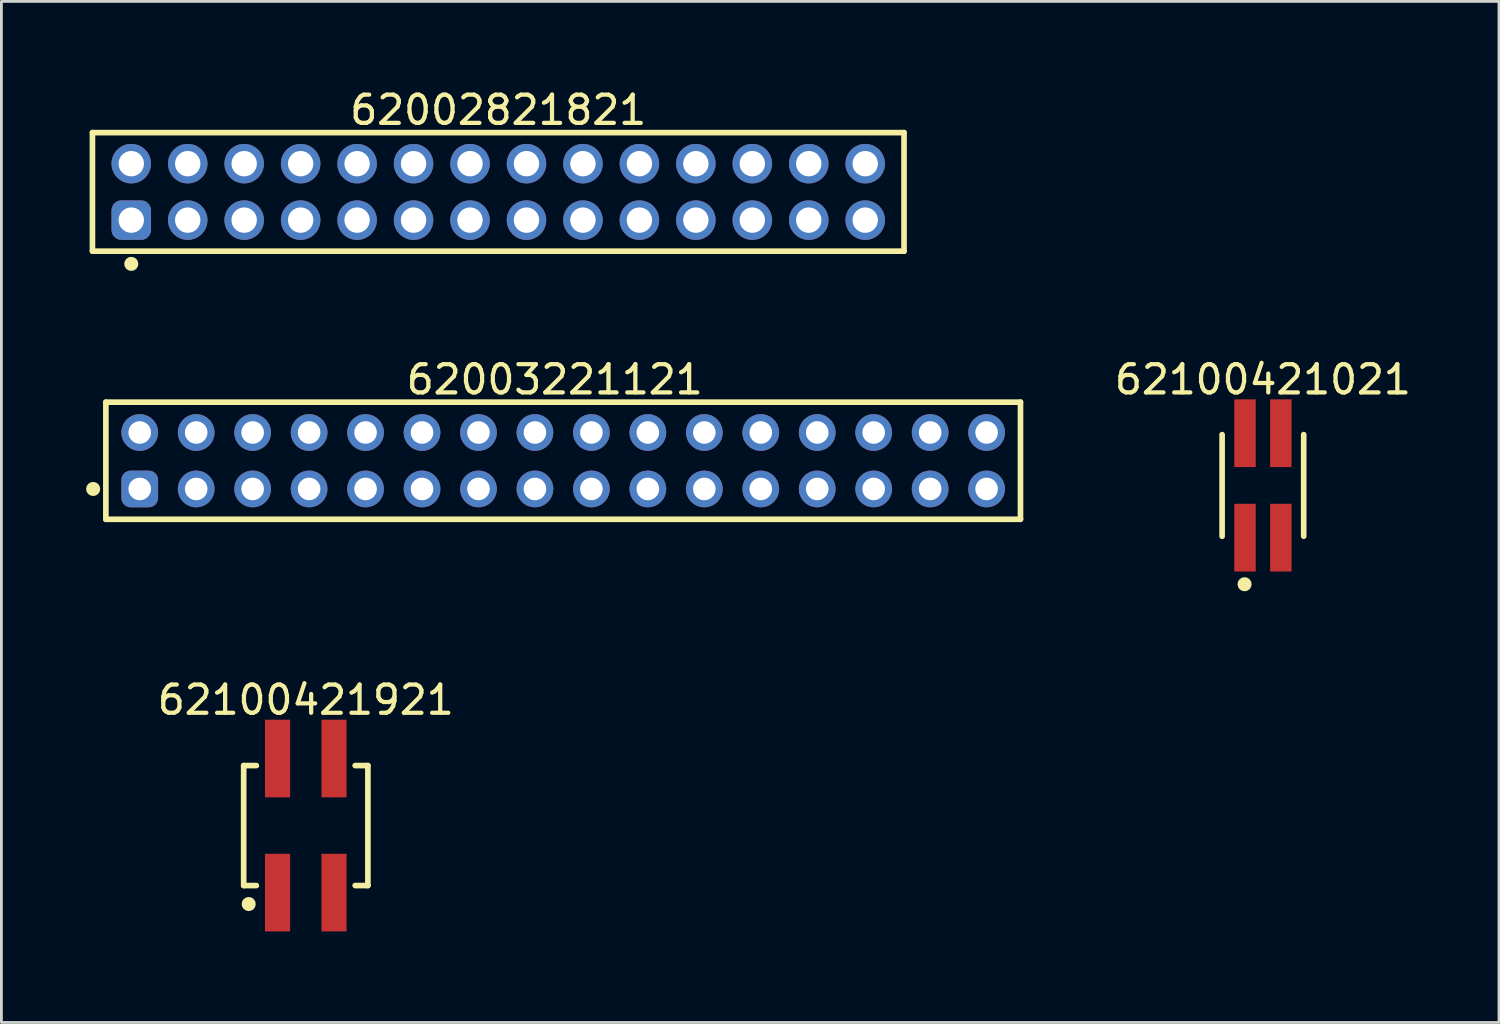
<source format=kicad_pcb>
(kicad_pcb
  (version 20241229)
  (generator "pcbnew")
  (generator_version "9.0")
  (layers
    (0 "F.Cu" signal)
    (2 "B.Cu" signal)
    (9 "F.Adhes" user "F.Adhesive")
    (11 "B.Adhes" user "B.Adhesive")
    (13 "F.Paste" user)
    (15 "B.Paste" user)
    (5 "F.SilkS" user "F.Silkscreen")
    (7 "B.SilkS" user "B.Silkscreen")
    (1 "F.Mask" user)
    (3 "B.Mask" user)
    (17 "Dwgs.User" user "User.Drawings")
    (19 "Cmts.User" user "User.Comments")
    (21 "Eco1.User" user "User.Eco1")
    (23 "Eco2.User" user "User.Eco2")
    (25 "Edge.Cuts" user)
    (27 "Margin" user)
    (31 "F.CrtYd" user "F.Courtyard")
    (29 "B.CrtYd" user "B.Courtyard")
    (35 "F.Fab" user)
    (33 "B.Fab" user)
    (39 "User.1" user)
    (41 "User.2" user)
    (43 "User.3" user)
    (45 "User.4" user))
  (footprint "62100421021"
    (layer "F.Cu")
    (at 41.688 14.146)
    (property "Reference" "62100421021" (at 0 -3.75 0) (layer "F.SilkS") (effects (font (size 1 1) (thickness 0.15))))
    (fp_line (start -1.445 1.8) (end -1.445 -1.8) (stroke (width 0.2) (type solid)) (layer "F.SilkS"))
    (fp_line (start 1.445 1.8) (end 1.445 -1.8) (stroke (width 0.2) (type solid)) (layer "F.SilkS"))
    (fp_circle (center -0.65 3.5) (end -0.65 3.375) (stroke (width 0.25) (type solid)) (fill no) (layer "F.SilkS"))
    (fp_line (start -1.645 -3.25) (end 1.645 -3.25) (stroke (width 0.05) (type solid)) (layer "Eco2.User"))
    (fp_line (start -1.645 3.25) (end -1.645 -3.25) (stroke (width 0.05) (type solid)) (layer "Eco2.User"))
    (fp_line (start -1.645 3.25) (end 1.645 3.25) (stroke (width 0.05) (type solid)) (layer "Eco2.User"))
    (fp_line (start -1.27 -1.7) (end 1.27 -1.7) (stroke (width 0.1) (type solid)) (layer "Eco2.User"))
    (fp_line (start -1.27 1.7) (end -1.27 -1.7) (stroke (width 0.1) (type solid)) (layer "Eco2.User"))
    (fp_line (start -1.27 1.7) (end 1.27 1.7) (stroke (width 0.1) (type solid)) (layer "Eco2.User"))
    (fp_line (start -0.835 -2.5) (end -0.435 -2.5) (stroke (width 0.1) (type solid)) (layer "Eco2.User"))
    (fp_line (start -0.835 -1.7) (end -0.835 -2.5) (stroke (width 0.1) (type solid)) (layer "Eco2.User"))
    (fp_line (start -0.835 2.5) (end -0.835 1.7) (stroke (width 0.1) (type solid)) (layer "Eco2.User"))
    (fp_line (start -0.835 2.5) (end -0.435 2.5) (stroke (width 0.1) (type solid)) (layer "Eco2.User"))
    (fp_line (start -0.5 0) (end 0.5 0) (stroke (width 0.05) (type solid)) (layer "Eco2.User"))
    (fp_line (start -0.435 -1.7) (end -0.435 -2.5) (stroke (width 0.1) (type solid)) (layer "Eco2.User"))
    (fp_line (start -0.435 2.5) (end -0.435 1.7) (stroke (width 0.1) (type solid)) (layer "Eco2.User"))
    (fp_line (start 0 0.5) (end 0 -0.5) (stroke (width 0.05) (type solid)) (layer "Eco2.User"))
    (fp_line (start 0.435 -2.5) (end 0.835 -2.5) (stroke (width 0.1) (type solid)) (layer "Eco2.User"))
    (fp_line (start 0.435 -1.7) (end 0.435 -2.5) (stroke (width 0.1) (type solid)) (layer "Eco2.User"))
    (fp_line (start 0.435 2.5) (end 0.435 1.7) (stroke (width 0.1) (type solid)) (layer "Eco2.User"))
    (fp_line (start 0.435 2.5) (end 0.835 2.5) (stroke (width 0.1) (type solid)) (layer "Eco2.User"))
    (fp_line (start 0.835 -1.7) (end 0.835 -2.5) (stroke (width 0.1) (type solid)) (layer "Eco2.User"))
    (fp_line (start 0.835 2.5) (end 0.835 1.7) (stroke (width 0.1) (type solid)) (layer "Eco2.User"))
    (fp_line (start 1.27 1.7) (end 1.27 -1.7) (stroke (width 0.1) (type solid)) (layer "Eco2.User"))
    (fp_line (start 1.645 3.25) (end 1.645 -3.25) (stroke (width 0.05) (type solid)) (layer "Eco2.User"))
    (fp_text user "${REFERENCE}" (at 0.07 -0.092 0) (unlocked yes) (layer "User.3") (effects (font (size 0.7 0.7) (thickness 0.07))))
    (pad "1" smd rect (at -0.635 1.85) (size 0.76 2.4) (layers "F.Cu" "F.Mask" "F.Paste"))
    (pad "2" smd rect (at -0.635 -1.85) (size 0.76 2.4) (layers "F.Cu" "F.Mask" "F.Paste"))
    (pad "3" smd rect (at 0.635 1.85) (size 0.76 2.4) (layers "F.Cu" "F.Mask" "F.Paste"))
    (pad "4" smd rect (at 0.635 -1.85) (size 0.76 2.4) (layers "F.Cu" "F.Mask" "F.Paste")))
  (footprint "62002821821"
    (layer "F.Cu")
    (at 14.6 3.748)
    (property "Reference" "62002821821" (at -0.000005 -2.9 0) (layer "F.SilkS") (effects (font (size 1 1) (thickness 0.15))))
    (fp_line (start -14.375 -2.1) (end 14.375 -2.1) (stroke (width 0.2) (type solid)) (layer "F.SilkS"))
    (fp_line (start -14.375 2.1) (end -14.375 -2.1) (stroke (width 0.2) (type solid)) (layer "F.SilkS"))
    (fp_line (start -14.375 2.1) (end 14.375 2.1) (stroke (width 0.2) (type solid)) (layer "F.SilkS"))
    (fp_line (start 14.375 2.1) (end 14.375 -2.1) (stroke (width 0.2) (type solid)) (layer "F.SilkS"))
    (fp_circle (center -13 2.55) (end -13 2.425) (stroke (width 0.25) (type solid)) (fill no) (layer "F.SilkS"))
    (fp_line (start -14.575 -2.3) (end 14.575 -2.3) (stroke (width 0.05) (type solid)) (layer "Eco2.User"))
    (fp_line (start -14.575 2.3) (end -14.575 -2.3) (stroke (width 0.05) (type solid)) (layer "Eco2.User"))
    (fp_line (start -14.575 2.3) (end 14.575 2.3) (stroke (width 0.05) (type solid)) (layer "Eco2.User"))
    (fp_line (start -14.2 -2) (end 14.2 -2) (stroke (width 0.1) (type solid)) (layer "Eco2.User"))
    (fp_line (start -14.2 2) (end -14.2 -2) (stroke (width 0.1) (type solid)) (layer "Eco2.User"))
    (fp_line (start -14.2 2) (end 14.2 2) (stroke (width 0.1) (type solid)) (layer "Eco2.User"))
    (fp_line (start -0.5 0) (end 0.5 0) (stroke (width 0.05) (type solid)) (layer "Eco2.User"))
    (fp_line (start 0 0.5) (end 0 -0.5) (stroke (width 0.05) (type solid)) (layer "Eco2.User"))
    (fp_line (start 14.2 2) (end 14.2 -2) (stroke (width 0.1) (type solid)) (layer "Eco2.User"))
    (fp_line (start 14.575 2.3) (end 14.575 -2.3) (stroke (width 0.05) (type solid)) (layer "Eco2.User"))
    (fp_text user "${REFERENCE}" (at 0.1 -0.131 0) (unlocked yes) (layer "User.3") (effects (font (size 1 1) (thickness 0.1))))
    (pad "1" thru_hole roundrect (at -13 1) (size 1.4 1.4) (drill 0.9) (layers "*.Cu" "*.Mask") (roundrect_rratio 0.25))
    (pad "2" thru_hole circle (at -13 -1) (size 1.4 1.4) (drill 0.9) (layers "*.Cu" "*.Mask"))
    (pad "3" thru_hole circle (at -11 1) (size 1.4 1.4) (drill 0.9) (layers "*.Cu" "*.Mask"))
    (pad "4" thru_hole circle (at -11 -1) (size 1.4 1.4) (drill 0.9) (layers "*.Cu" "*.Mask"))
    (pad "5" thru_hole circle (at -9 1) (size 1.4 1.4) (drill 0.9) (layers "*.Cu" "*.Mask"))
    (pad "6" thru_hole circle (at -9 -1) (size 1.4 1.4) (drill 0.9) (layers "*.Cu" "*.Mask"))
    (pad "7" thru_hole circle (at -7 1) (size 1.4 1.4) (drill 0.9) (layers "*.Cu" "*.Mask"))
    (pad "8" thru_hole circle (at -7 -1) (size 1.4 1.4) (drill 0.9) (layers "*.Cu" "*.Mask"))
    (pad "9" thru_hole circle (at -5 1) (size 1.4 1.4) (drill 0.9) (layers "*.Cu" "*.Mask"))
    (pad "10" thru_hole circle (at -5 -1) (size 1.4 1.4) (drill 0.9) (layers "*.Cu" "*.Mask"))
    (pad "11" thru_hole circle (at -3 1) (size 1.4 1.4) (drill 0.9) (layers "*.Cu" "*.Mask"))
    (pad "12" thru_hole circle (at -3 -1) (size 1.4 1.4) (drill 0.9) (layers "*.Cu" "*.Mask"))
    (pad "13" thru_hole circle (at -1 1) (size 1.4 1.4) (drill 0.9) (layers "*.Cu" "*.Mask"))
    (pad "14" thru_hole circle (at -1 -1) (size 1.4 1.4) (drill 0.9) (layers "*.Cu" "*.Mask"))
    (pad "15" thru_hole circle (at 1 1) (size 1.4 1.4) (drill 0.9) (layers "*.Cu" "*.Mask"))
    (pad "16" thru_hole circle (at 1 -1) (size 1.4 1.4) (drill 0.9) (layers "*.Cu" "*.Mask"))
    (pad "17" thru_hole circle (at 3 1) (size 1.4 1.4) (drill 0.9) (layers "*.Cu" "*.Mask"))
    (pad "18" thru_hole circle (at 3 -1) (size 1.4 1.4) (drill 0.9) (layers "*.Cu" "*.Mask"))
    (pad "19" thru_hole circle (at 5 1) (size 1.4 1.4) (drill 0.9) (layers "*.Cu" "*.Mask"))
    (pad "20" thru_hole circle (at 5 -1) (size 1.4 1.4) (drill 0.9) (layers "*.Cu" "*.Mask"))
    (pad "21" thru_hole circle (at 7 1) (size 1.4 1.4) (drill 0.9) (layers "*.Cu" "*.Mask"))
    (pad "22" thru_hole circle (at 7 -1) (size 1.4 1.4) (drill 0.9) (layers "*.Cu" "*.Mask"))
    (pad "23" thru_hole circle (at 9 1) (size 1.4 1.4) (drill 0.9) (layers "*.Cu" "*.Mask"))
    (pad "24" thru_hole circle (at 9 -1) (size 1.4 1.4) (drill 0.9) (layers "*.Cu" "*.Mask"))
    (pad "25" thru_hole circle (at 11 1) (size 1.4 1.4) (drill 0.9) (layers "*.Cu" "*.Mask"))
    (pad "26" thru_hole circle (at 11 -1) (size 1.4 1.4) (drill 0.9) (layers "*.Cu" "*.Mask"))
    (pad "27" thru_hole circle (at 13 1) (size 1.4 1.4) (drill 0.9) (layers "*.Cu" "*.Mask"))
    (pad "28" thru_hole circle (at 13 -1) (size 1.4 1.4) (drill 0.9) (layers "*.Cu" "*.Mask")))
  (footprint "62003221121"
    (layer "F.Cu")
    (at 16.9 13.271)
    (property "Reference" "62003221121" (at -0.3 -2.875 0) (layer "F.SilkS") (effects (font (size 1 1) (thickness 0.15))))
    (fp_line (start -16.2 -2.075) (end 16.2 -2.075) (stroke (width 0.2) (type solid)) (layer "F.SilkS"))
    (fp_line (start -16.2 2.075) (end -16.2 -2.075) (stroke (width 0.2) (type solid)) (layer "F.SilkS"))
    (fp_line (start -16.2 2.075) (end 16.2 2.075) (stroke (width 0.2) (type solid)) (layer "F.SilkS"))
    (fp_line (start 16.2 2.075) (end 16.2 -2.075) (stroke (width 0.2) (type solid)) (layer "F.SilkS"))
    (fp_circle (center -16.65 1) (end -16.65 0.875) (stroke (width 0.25) (type solid)) (fill no) (layer "F.SilkS"))
    (fp_line (start -16.4 -2.275) (end 16.4 -2.275) (stroke (width 0.05) (type solid)) (layer "Eco2.User"))
    (fp_line (start -16.4 2.275) (end -16.4 -2.275) (stroke (width 0.05) (type solid)) (layer "Eco2.User"))
    (fp_line (start -16.4 2.275) (end 16.4 2.275) (stroke (width 0.05) (type solid)) (layer "Eco2.User"))
    (fp_line (start -16 -2) (end 16 -2) (stroke (width 0.1) (type solid)) (layer "Eco2.User"))
    (fp_line (start -16 2) (end -16 -2) (stroke (width 0.1) (type solid)) (layer "Eco2.User"))
    (fp_line (start -16 2) (end 16 2) (stroke (width 0.1) (type solid)) (layer "Eco2.User"))
    (fp_line (start -0.5 0) (end 0.5 0) (stroke (width 0.05) (type solid)) (layer "Eco2.User"))
    (fp_line (start 0 0.5) (end 0 -0.5) (stroke (width 0.05) (type solid)) (layer "Eco2.User"))
    (fp_line (start 16 2) (end 16 -2) (stroke (width 0.1) (type solid)) (layer "Eco2.User"))
    (fp_line (start 16.4 2.275) (end 16.4 -2.275) (stroke (width 0.05) (type solid)) (layer "Eco2.User"))
    (fp_text user "${REFERENCE}" (at 0.15 -0.197 0) (unlocked yes) (layer "User.3") (effects (font (size 1.5 1.5) (thickness 0.15))))
    (pad "1" thru_hole roundrect (at -15 1) (size 1.3 1.3) (drill 0.8) (layers "*.Cu" "*.Mask") (roundrect_rratio 0.25))
    (pad "2" thru_hole circle (at -15 -1) (size 1.3 1.3) (drill 0.8) (layers "*.Cu" "*.Mask"))
    (pad "3" thru_hole circle (at -13 1) (size 1.3 1.3) (drill 0.8) (layers "*.Cu" "*.Mask"))
    (pad "4" thru_hole circle (at -13 -1) (size 1.3 1.3) (drill 0.8) (layers "*.Cu" "*.Mask"))
    (pad "5" thru_hole circle (at -11 1) (size 1.3 1.3) (drill 0.8) (layers "*.Cu" "*.Mask"))
    (pad "6" thru_hole circle (at -11 -1) (size 1.3 1.3) (drill 0.8) (layers "*.Cu" "*.Mask"))
    (pad "7" thru_hole circle (at -9 1) (size 1.3 1.3) (drill 0.8) (layers "*.Cu" "*.Mask"))
    (pad "8" thru_hole circle (at -9 -1) (size 1.3 1.3) (drill 0.8) (layers "*.Cu" "*.Mask"))
    (pad "9" thru_hole circle (at -7 1) (size 1.3 1.3) (drill 0.8) (layers "*.Cu" "*.Mask"))
    (pad "10" thru_hole circle (at -7 -1) (size 1.3 1.3) (drill 0.8) (layers "*.Cu" "*.Mask"))
    (pad "11" thru_hole circle (at -5 1) (size 1.3 1.3) (drill 0.8) (layers "*.Cu" "*.Mask"))
    (pad "12" thru_hole circle (at -5 -1) (size 1.3 1.3) (drill 0.8) (layers "*.Cu" "*.Mask"))
    (pad "13" thru_hole circle (at -3 1) (size 1.3 1.3) (drill 0.8) (layers "*.Cu" "*.Mask"))
    (pad "14" thru_hole circle (at -3 -1) (size 1.3 1.3) (drill 0.8) (layers "*.Cu" "*.Mask"))
    (pad "15" thru_hole circle (at -1 1) (size 1.3 1.3) (drill 0.8) (layers "*.Cu" "*.Mask"))
    (pad "16" thru_hole circle (at -1 -1) (size 1.3 1.3) (drill 0.8) (layers "*.Cu" "*.Mask"))
    (pad "17" thru_hole circle (at 1 1) (size 1.3 1.3) (drill 0.8) (layers "*.Cu" "*.Mask"))
    (pad "18" thru_hole circle (at 1 -1) (size 1.3 1.3) (drill 0.8) (layers "*.Cu" "*.Mask"))
    (pad "19" thru_hole circle (at 3 1) (size 1.3 1.3) (drill 0.8) (layers "*.Cu" "*.Mask"))
    (pad "20" thru_hole circle (at 3 -1) (size 1.3 1.3) (drill 0.8) (layers "*.Cu" "*.Mask"))
    (pad "21" thru_hole circle (at 5 1) (size 1.3 1.3) (drill 0.8) (layers "*.Cu" "*.Mask"))
    (pad "22" thru_hole circle (at 5 -1) (size 1.3 1.3) (drill 0.8) (layers "*.Cu" "*.Mask"))
    (pad "23" thru_hole circle (at 7 1) (size 1.3 1.3) (drill 0.8) (layers "*.Cu" "*.Mask"))
    (pad "24" thru_hole circle (at 7 -1) (size 1.3 1.3) (drill 0.8) (layers "*.Cu" "*.Mask"))
    (pad "25" thru_hole circle (at 9 1) (size 1.3 1.3) (drill 0.8) (layers "*.Cu" "*.Mask"))
    (pad "26" thru_hole circle (at 9 -1) (size 1.3 1.3) (drill 0.8) (layers "*.Cu" "*.Mask"))
    (pad "27" thru_hole circle (at 11 1) (size 1.3 1.3) (drill 0.8) (layers "*.Cu" "*.Mask"))
    (pad "28" thru_hole circle (at 11 -1) (size 1.3 1.3) (drill 0.8) (layers "*.Cu" "*.Mask"))
    (pad "29" thru_hole circle (at 13 1) (size 1.3 1.3) (drill 0.8) (layers "*.Cu" "*.Mask"))
    (pad "30" thru_hole circle (at 13 -1) (size 1.3 1.3) (drill 0.8) (layers "*.Cu" "*.Mask"))
    (pad "31" thru_hole circle (at 15 1) (size 1.3 1.3) (drill 0.8) (layers "*.Cu" "*.Mask"))
    (pad "32" thru_hole circle (at 15 -1) (size 1.3 1.3) (drill 0.8) (layers "*.Cu" "*.Mask")))
  (footprint "62100421921"
    (layer "F.Cu")
    (at 7.782 26.195)
    (property "Reference" "62100421921" (at 0 -4.45 0) (layer "F.SilkS") (effects (font (size 1 1) (thickness 0.15))))
    (fp_line (start -2.2 -2.125) (end -1.75 -2.125) (stroke (width 0.2) (type solid)) (layer "F.SilkS"))
    (fp_line (start -2.2 2.125) (end -2.2 -2.125) (stroke (width 0.2) (type solid)) (layer "F.SilkS"))
    (fp_line (start -2.2 2.125) (end -1.75 2.125) (stroke (width 0.2) (type solid)) (layer "F.SilkS"))
    (fp_line (start 1.75 -2.125) (end 2.2 -2.125) (stroke (width 0.2) (type solid)) (layer "F.SilkS"))
    (fp_line (start 1.75 2.125) (end 2.2 2.125) (stroke (width 0.2) (type solid)) (layer "F.SilkS"))
    (fp_line (start 2.2 2.125) (end 2.2 -2.125) (stroke (width 0.2) (type solid)) (layer "F.SilkS"))
    (fp_circle (center -2.022 2.78) (end -2.022 2.655) (stroke (width 0.25) (type solid)) (fill no) (layer "F.SilkS"))
    (fp_line (start -2.4 -3.95) (end 2.4 -3.95) (stroke (width 0.05) (type solid)) (layer "Eco2.User"))
    (fp_line (start -2.4 3.95) (end -2.4 -3.95) (stroke (width 0.05) (type solid)) (layer "Eco2.User"))
    (fp_line (start -2.4 3.95) (end 2.4 3.95) (stroke (width 0.05) (type solid)) (layer "Eco2.User"))
    (fp_line (start -2 -2) (end 2 -2) (stroke (width 0.1) (type solid)) (layer "Eco2.User"))
    (fp_line (start -2 2) (end -2 -2) (stroke (width 0.1) (type solid)) (layer "Eco2.User"))
    (fp_line (start -2 2) (end 2 2) (stroke (width 0.1) (type solid)) (layer "Eco2.User"))
    (fp_line (start -1.25 -3.1) (end -0.75 -3.1) (stroke (width 0.1) (type solid)) (layer "Eco2.User"))
    (fp_line (start -1.25 -2) (end -1.25 -3.1) (stroke (width 0.1) (type solid)) (layer "Eco2.User"))
    (fp_line (start -1.25 3.1) (end -1.25 2) (stroke (width 0.1) (type solid)) (layer "Eco2.User"))
    (fp_line (start -1.25 3.1) (end -0.75 3.1) (stroke (width 0.1) (type solid)) (layer "Eco2.User"))
    (fp_line (start -0.75 -2) (end -0.75 -3.1) (stroke (width 0.1) (type solid)) (layer "Eco2.User"))
    (fp_line (start -0.75 3.1) (end -0.75 2) (stroke (width 0.1) (type solid)) (layer "Eco2.User"))
    (fp_line (start -0.5 0) (end 0.5 0) (stroke (width 0.05) (type solid)) (layer "Eco2.User"))
    (fp_line (start 0 0.5) (end 0 -0.5) (stroke (width 0.05) (type solid)) (layer "Eco2.User"))
    (fp_line (start 0.75 -3.1) (end 1.25 -3.1) (stroke (width 0.1) (type solid)) (layer "Eco2.User"))
    (fp_line (start 0.75 -2) (end 0.75 -3.1) (stroke (width 0.1) (type solid)) (layer "Eco2.User"))
    (fp_line (start 0.75 3.1) (end 0.75 2) (stroke (width 0.1) (type solid)) (layer "Eco2.User"))
    (fp_line (start 0.75 3.1) (end 1.25 3.1) (stroke (width 0.1) (type solid)) (layer "Eco2.User"))
    (fp_line (start 1.25 -2) (end 1.25 -3.1) (stroke (width 0.1) (type solid)) (layer "Eco2.User"))
    (fp_line (start 1.25 3.1) (end 1.25 2) (stroke (width 0.1) (type solid)) (layer "Eco2.User"))
    (fp_line (start 2 2) (end 2 -2) (stroke (width 0.1) (type solid)) (layer "Eco2.User"))
    (fp_line (start 2.4 3.95) (end 2.4 -3.95) (stroke (width 0.05) (type solid)) (layer "Eco2.User"))
    (fp_text user "${REFERENCE}" (at 0.15 -0.197 0) (unlocked yes) (layer "User.3") (effects (font (size 1.5 1.5) (thickness 0.15))))
    (pad "1" smd rect (at -1 2.375) (size 0.89 2.75) (layers "F.Cu" "F.Mask" "F.Paste"))
    (pad "2" smd rect (at -1 -2.375) (size 0.89 2.75) (layers "F.Cu" "F.Mask" "F.Paste"))
    (pad "3" smd rect (at 1 2.375) (size 0.89 2.75) (layers "F.Cu" "F.Mask" "F.Paste"))
    (pad "4" smd rect (at 1 -2.375) (size 0.89 2.75) (layers "F.Cu" "F.Mask" "F.Paste")))
  (gr_rect
    (start -3 -3)
    (end 50.051 33.17)
    (stroke (width 0.1) (type default))
    (fill no)
    (layer "Edge.Cuts")))
</source>
